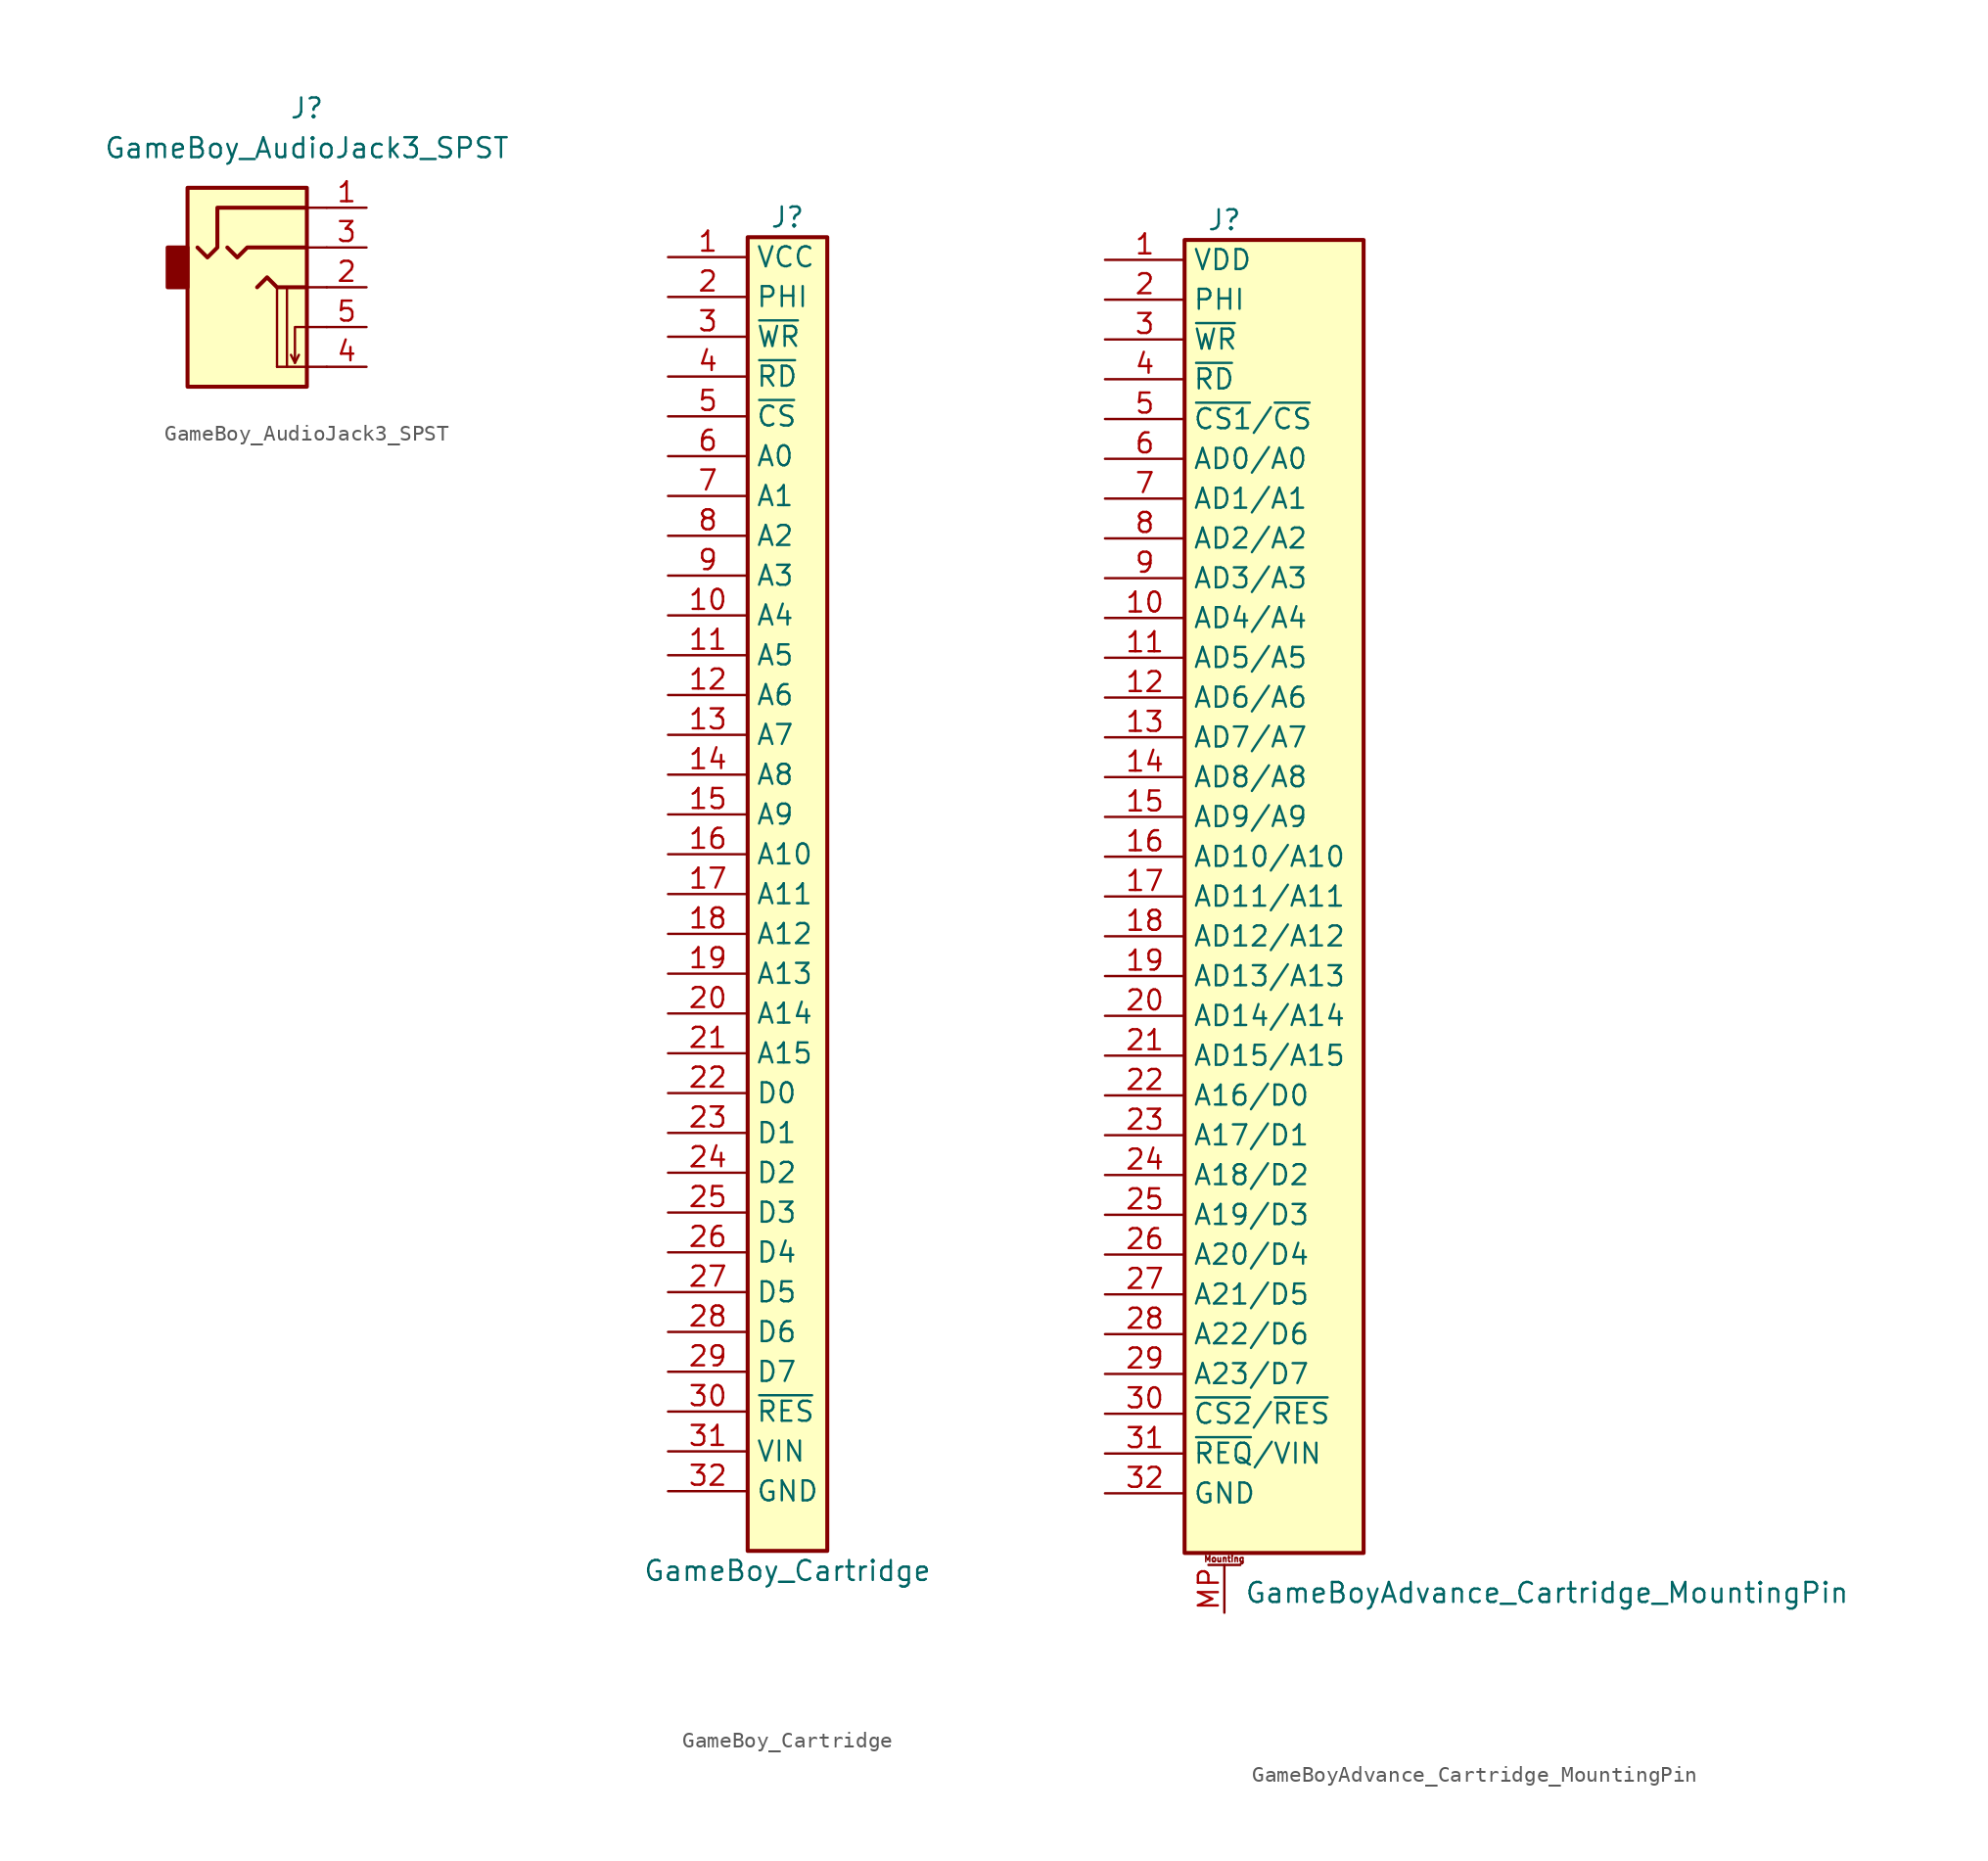
<source format=kicad_sym>
(kicad_symbol_lib
  (version 20210619)
  (generator kicad_symbol_editor)
  (symbol "GameBoy_AudioJack3_SPST"
    (property "Reference" "J"
      (at 0 3.81 0)
      (effects (font (size 1.27 1.27))))
    (property "Value" "GameBoy_AudioJack3_SPST"
      (at 0 1.27 0)
      (effects (font (size 1.27 1.27))))
    (symbol "GameBoy_AudioJack3_SPST_0_1"
      (rectangle (start -7.62 -5.08) (end -8.89 -7.62) (stroke (width 0.254)) (fill (type outline)))
      (rectangle (start 0 -1.27) (end -7.62 -13.97) (stroke (width 0.254)) (fill (type background)))
      (polyline (pts (xy -1.905 -12.7) (xy -1.905 -7.62)) (stroke (width 0)) (fill (type none)))
      (polyline (pts (xy -1.27 -12.7) (xy -1.27 -7.62)) (stroke (width 0)) (fill (type none)))
      (polyline (pts (xy 0 -12.7) (xy -1.905 -12.7)) (stroke (width 0)) (fill (type none)))
      (polyline (pts (xy 0 -5.08) (xy 1.27 -5.08)) (stroke (width 0)) (fill (type none)))
      (polyline (pts (xy 1.27 -12.7) (xy 0 -12.7)) (stroke (width 0)) (fill (type none)))
      (polyline (pts (xy 1.27 -7.62) (xy 0 -7.62)) (stroke (width 0)) (fill (type none)))
      (polyline (pts (xy 1.27 -2.54) (xy 0 -2.54)) (stroke (width 0)) (fill (type none))))
    (symbol "GameBoy_AudioJack3_SPST_1_1"
      (polyline (pts (xy -0.762 -12.446) (xy -0.508 -11.938)) (stroke (width 0)) (fill (type none)))
      (polyline (pts (xy -3.175 -7.62) (xy -2.54 -6.985) (xy -1.905 -7.62) (xy 0 -7.62)) (stroke (width 0.254)) (fill (type none)))
      (polyline (pts (xy 0 -5.08) (xy -3.81 -5.08) (xy -4.445 -5.715) (xy -5.08 -5.08)) (stroke (width 0.254)) (fill (type none)))
      (polyline (pts (xy 1.27 -10.16) (xy -0.762 -10.16) (xy -0.762 -12.446) (xy -1.016 -11.938)) (stroke (width 0)) (fill (type none)))
      (polyline (pts (xy 0 -2.54) (xy -5.715 -2.54) (xy -5.715 -5.08) (xy -6.35 -5.715) (xy -6.985 -5.08)) (stroke (width 0.254)) (fill (type none)))
      (pin passive line (at 3.81 -2.54 180) (length 2.54) (name "~" (effects (font (size 1.27 1.27)))) (number "1" (effects (font (size 1.27 1.27)))))
      (pin passive line (at 3.81 -7.62 180) (length 2.54) (name "~" (effects (font (size 1.27 1.27)))) (number "2" (effects (font (size 1.27 1.27)))))
      (pin passive line (at 3.81 -5.08 180) (length 2.54) (name "~" (effects (font (size 1.27 1.27)))) (number "3" (effects (font (size 1.27 1.27)))))
      (pin passive line (at 3.81 -12.7 180) (length 2.54) (name "~" (effects (font (size 1.27 1.27)))) (number "4" (effects (font (size 1.27 1.27)))))
      (pin passive line (at 3.81 -10.16 180) (length 2.54) (name "~" (effects (font (size 1.27 1.27)))) (number "5" (effects (font (size 1.27 1.27)))))))
  (symbol "GameBoy_Cartridge"
    (property "Reference" "J"
      (at 0 43.18 0)
      (effects (font (size 1.27 1.27))))
    (property "Value" "GameBoy_Cartridge"
      (at 0 -43.18 0)
      (effects (font (size 1.27 1.27))))
    (symbol "GameBoy_Cartridge_0_1"
      (rectangle (start -2.54 41.91) (end 2.54 -41.91) (stroke (width 0.254)) (fill (type background))))
    (symbol "GameBoy_Cartridge_1_1"
      (pin passive line (at -7.62 40.64 0) (length 5.08) (name "VCC" (effects (font (size 1.27 1.27)))) (number "1" (effects (font (size 1.27 1.27)))))
      (pin passive line (at -7.62 17.78 0) (length 5.08) (name "A4" (effects (font (size 1.27 1.27)))) (number "10" (effects (font (size 1.27 1.27)))))
      (pin passive line (at -7.62 15.24 0) (length 5.08) (name "A5" (effects (font (size 1.27 1.27)))) (number "11" (effects (font (size 1.27 1.27)))))
      (pin passive line (at -7.62 12.7 0) (length 5.08) (name "A6" (effects (font (size 1.27 1.27)))) (number "12" (effects (font (size 1.27 1.27)))))
      (pin passive line (at -7.62 10.16 0) (length 5.08) (name "A7" (effects (font (size 1.27 1.27)))) (number "13" (effects (font (size 1.27 1.27)))))
      (pin passive line (at -7.62 7.62 0) (length 5.08) (name "A8" (effects (font (size 1.27 1.27)))) (number "14" (effects (font (size 1.27 1.27)))))
      (pin passive line (at -7.62 5.08 0) (length 5.08) (name "A9" (effects (font (size 1.27 1.27)))) (number "15" (effects (font (size 1.27 1.27)))))
      (pin passive line (at -7.62 2.54 0) (length 5.08) (name "A10" (effects (font (size 1.27 1.27)))) (number "16" (effects (font (size 1.27 1.27)))))
      (pin passive line (at -7.62 0 0) (length 5.08) (name "A11" (effects (font (size 1.27 1.27)))) (number "17" (effects (font (size 1.27 1.27)))))
      (pin passive line (at -7.62 -2.54 0) (length 5.08) (name "A12" (effects (font (size 1.27 1.27)))) (number "18" (effects (font (size 1.27 1.27)))))
      (pin passive line (at -7.62 -5.08 0) (length 5.08) (name "A13" (effects (font (size 1.27 1.27)))) (number "19" (effects (font (size 1.27 1.27)))))
      (pin passive line (at -7.62 38.1 0) (length 5.08) (name "PHI" (effects (font (size 1.27 1.27)))) (number "2" (effects (font (size 1.27 1.27)))))
      (pin passive line (at -7.62 -7.62 0) (length 5.08) (name "A14" (effects (font (size 1.27 1.27)))) (number "20" (effects (font (size 1.27 1.27)))))
      (pin passive line (at -7.62 -10.16 0) (length 5.08) (name "A15" (effects (font (size 1.27 1.27)))) (number "21" (effects (font (size 1.27 1.27)))))
      (pin passive line (at -7.62 -12.7 0) (length 5.08) (name "D0" (effects (font (size 1.27 1.27)))) (number "22" (effects (font (size 1.27 1.27)))))
      (pin passive line (at -7.62 -15.24 0) (length 5.08) (name "D1" (effects (font (size 1.27 1.27)))) (number "23" (effects (font (size 1.27 1.27)))))
      (pin passive line (at -7.62 -17.78 0) (length 5.08) (name "D2" (effects (font (size 1.27 1.27)))) (number "24" (effects (font (size 1.27 1.27)))))
      (pin passive line (at -7.62 -20.32 0) (length 5.08) (name "D3" (effects (font (size 1.27 1.27)))) (number "25" (effects (font (size 1.27 1.27)))))
      (pin passive line (at -7.62 -22.86 0) (length 5.08) (name "D4" (effects (font (size 1.27 1.27)))) (number "26" (effects (font (size 1.27 1.27)))))
      (pin passive line (at -7.62 -25.4 0) (length 5.08) (name "D5" (effects (font (size 1.27 1.27)))) (number "27" (effects (font (size 1.27 1.27)))))
      (pin passive line (at -7.62 -27.94 0) (length 5.08) (name "D6" (effects (font (size 1.27 1.27)))) (number "28" (effects (font (size 1.27 1.27)))))
      (pin passive line (at -7.62 -30.48 0) (length 5.08) (name "D7" (effects (font (size 1.27 1.27)))) (number "29" (effects (font (size 1.27 1.27)))))
      (pin passive line (at -7.62 35.56 0) (length 5.08) (name "~{WR}" (effects (font (size 1.27 1.27)))) (number "3" (effects (font (size 1.27 1.27)))))
      (pin passive line (at -7.62 -33.02 0) (length 5.08) (name "~{RES}" (effects (font (size 1.27 1.27)))) (number "30" (effects (font (size 1.27 1.27)))))
      (pin passive line (at -7.62 -35.56 0) (length 5.08) (name "VIN" (effects (font (size 1.27 1.27)))) (number "31" (effects (font (size 1.27 1.27)))))
      (pin passive line (at -7.62 -38.1 0) (length 5.08) (name "GND" (effects (font (size 1.27 1.27)))) (number "32" (effects (font (size 1.27 1.27)))))
      (pin passive line (at -7.62 33.02 0) (length 5.08) (name "~{RD}" (effects (font (size 1.27 1.27)))) (number "4" (effects (font (size 1.27 1.27)))))
      (pin passive line (at -7.62 30.48 0) (length 5.08) (name "~{CS}" (effects (font (size 1.27 1.27)))) (number "5" (effects (font (size 1.27 1.27)))))
      (pin passive line (at -7.62 27.94 0) (length 5.08) (name "A0" (effects (font (size 1.27 1.27)))) (number "6" (effects (font (size 1.27 1.27)))))
      (pin passive line (at -7.62 25.4 0) (length 5.08) (name "A1" (effects (font (size 1.27 1.27)))) (number "7" (effects (font (size 1.27 1.27)))))
      (pin passive line (at -7.62 22.86 0) (length 5.08) (name "A2" (effects (font (size 1.27 1.27)))) (number "8" (effects (font (size 1.27 1.27)))))
      (pin passive line (at -7.62 20.32 0) (length 5.08) (name "A3" (effects (font (size 1.27 1.27)))) (number "9" (effects (font (size 1.27 1.27)))))))
  (symbol "GameBoyAdvance_Cartridge_MountingPin"
    (property "Reference" "J"
      (at 0 43.18 0)
      (effects (font (size 1.27 1.27))))
    (property "Value" "GameBoyAdvance_Cartridge_MountingPin"
      (at 1.27 -44.45 0)
      (effects (font (size 1.27 1.27)) (justify left)))
    (symbol "GameBoyAdvance_Cartridge_MountingPin_0_1"
      (rectangle (start -2.54 41.91) (end 8.89 -41.91) (stroke (width 0.254)) (fill (type background))))
    (symbol "GameBoyAdvance_Cartridge_MountingPin_1_1"
      (text "Mounting" (at 0 -42.291 0) (effects (font (size 0.381 0.381))))
      (polyline (pts (xy -1.016 -42.672) (xy 1.016 -42.672)) (stroke (width 0.152)) (fill (type none)))
      (pin passive line (at -7.62 40.64 0) (length 5.08) (name "VDD" (effects (font (size 1.27 1.27)))) (number "1" (effects (font (size 1.27 1.27)))))
      (pin passive line (at -7.62 17.78 0) (length 5.08) (name "AD4/A4" (effects (font (size 1.27 1.27)))) (number "10" (effects (font (size 1.27 1.27)))))
      (pin passive line (at -7.62 15.24 0) (length 5.08) (name "AD5/A5" (effects (font (size 1.27 1.27)))) (number "11" (effects (font (size 1.27 1.27)))))
      (pin passive line (at -7.62 12.7 0) (length 5.08) (name "AD6/A6" (effects (font (size 1.27 1.27)))) (number "12" (effects (font (size 1.27 1.27)))))
      (pin passive line (at -7.62 10.16 0) (length 5.08) (name "AD7/A7" (effects (font (size 1.27 1.27)))) (number "13" (effects (font (size 1.27 1.27)))))
      (pin passive line (at -7.62 7.62 0) (length 5.08) (name "AD8/A8" (effects (font (size 1.27 1.27)))) (number "14" (effects (font (size 1.27 1.27)))))
      (pin passive line (at -7.62 5.08 0) (length 5.08) (name "AD9/A9" (effects (font (size 1.27 1.27)))) (number "15" (effects (font (size 1.27 1.27)))))
      (pin passive line (at -7.62 2.54 0) (length 5.08) (name "AD10/A10" (effects (font (size 1.27 1.27)))) (number "16" (effects (font (size 1.27 1.27)))))
      (pin passive line (at -7.62 0 0) (length 5.08) (name "AD11/A11" (effects (font (size 1.27 1.27)))) (number "17" (effects (font (size 1.27 1.27)))))
      (pin passive line (at -7.62 -2.54 0) (length 5.08) (name "AD12/A12" (effects (font (size 1.27 1.27)))) (number "18" (effects (font (size 1.27 1.27)))))
      (pin passive line (at -7.62 -5.08 0) (length 5.08) (name "AD13/A13" (effects (font (size 1.27 1.27)))) (number "19" (effects (font (size 1.27 1.27)))))
      (pin passive line (at -7.62 38.1 0) (length 5.08) (name "PHI" (effects (font (size 1.27 1.27)))) (number "2" (effects (font (size 1.27 1.27)))))
      (pin passive line (at -7.62 -7.62 0) (length 5.08) (name "AD14/A14" (effects (font (size 1.27 1.27)))) (number "20" (effects (font (size 1.27 1.27)))))
      (pin passive line (at -7.62 -10.16 0) (length 5.08) (name "AD15/A15" (effects (font (size 1.27 1.27)))) (number "21" (effects (font (size 1.27 1.27)))))
      (pin passive line (at -7.62 -12.7 0) (length 5.08) (name "A16/D0" (effects (font (size 1.27 1.27)))) (number "22" (effects (font (size 1.27 1.27)))))
      (pin passive line (at -7.62 -15.24 0) (length 5.08) (name "A17/D1" (effects (font (size 1.27 1.27)))) (number "23" (effects (font (size 1.27 1.27)))))
      (pin passive line (at -7.62 -17.78 0) (length 5.08) (name "A18/D2" (effects (font (size 1.27 1.27)))) (number "24" (effects (font (size 1.27 1.27)))))
      (pin passive line (at -7.62 -20.32 0) (length 5.08) (name "A19/D3" (effects (font (size 1.27 1.27)))) (number "25" (effects (font (size 1.27 1.27)))))
      (pin passive line (at -7.62 -22.86 0) (length 5.08) (name "A20/D4" (effects (font (size 1.27 1.27)))) (number "26" (effects (font (size 1.27 1.27)))))
      (pin passive line (at -7.62 -25.4 0) (length 5.08) (name "A21/D5" (effects (font (size 1.27 1.27)))) (number "27" (effects (font (size 1.27 1.27)))))
      (pin passive line (at -7.62 -27.94 0) (length 5.08) (name "A22/D6" (effects (font (size 1.27 1.27)))) (number "28" (effects (font (size 1.27 1.27)))))
      (pin passive line (at -7.62 -30.48 0) (length 5.08) (name "A23/D7" (effects (font (size 1.27 1.27)))) (number "29" (effects (font (size 1.27 1.27)))))
      (pin passive line (at -7.62 35.56 0) (length 5.08) (name "~{WR}" (effects (font (size 1.27 1.27)))) (number "3" (effects (font (size 1.27 1.27)))))
      (pin passive line (at -7.62 -33.02 0) (length 5.08) (name "~{CS2}/~{RES}" (effects (font (size 1.27 1.27)))) (number "30" (effects (font (size 1.27 1.27)))))
      (pin passive line (at -7.62 -35.56 0) (length 5.08) (name "~{REQ}/VIN" (effects (font (size 1.27 1.27)))) (number "31" (effects (font (size 1.27 1.27)))))
      (pin passive line (at -7.62 -38.1 0) (length 5.08) (name "GND" (effects (font (size 1.27 1.27)))) (number "32" (effects (font (size 1.27 1.27)))))
      (pin passive line (at -7.62 33.02 0) (length 5.08) (name "~{RD}" (effects (font (size 1.27 1.27)))) (number "4" (effects (font (size 1.27 1.27)))))
      (pin passive line (at -7.62 30.48 0) (length 5.08) (name "~{CS1}/~{CS}" (effects (font (size 1.27 1.27)))) (number "5" (effects (font (size 1.27 1.27)))))
      (pin passive line (at -7.62 27.94 0) (length 5.08) (name "AD0/A0" (effects (font (size 1.27 1.27)))) (number "6" (effects (font (size 1.27 1.27)))))
      (pin passive line (at -7.62 25.4 0) (length 5.08) (name "AD1/A1" (effects (font (size 1.27 1.27)))) (number "7" (effects (font (size 1.27 1.27)))))
      (pin passive line (at -7.62 22.86 0) (length 5.08) (name "AD2/A2" (effects (font (size 1.27 1.27)))) (number "8" (effects (font (size 1.27 1.27)))))
      (pin passive line (at -7.62 20.32 0) (length 5.08) (name "AD3/A3" (effects (font (size 1.27 1.27)))) (number "9" (effects (font (size 1.27 1.27)))))
      (pin passive line (at 0 -45.72 90) (length 3.048) (name "~" (effects (font (size 1.27 1.27)))) (number "MP" (effects (font (size 1.27 1.27))))))))
</source>
